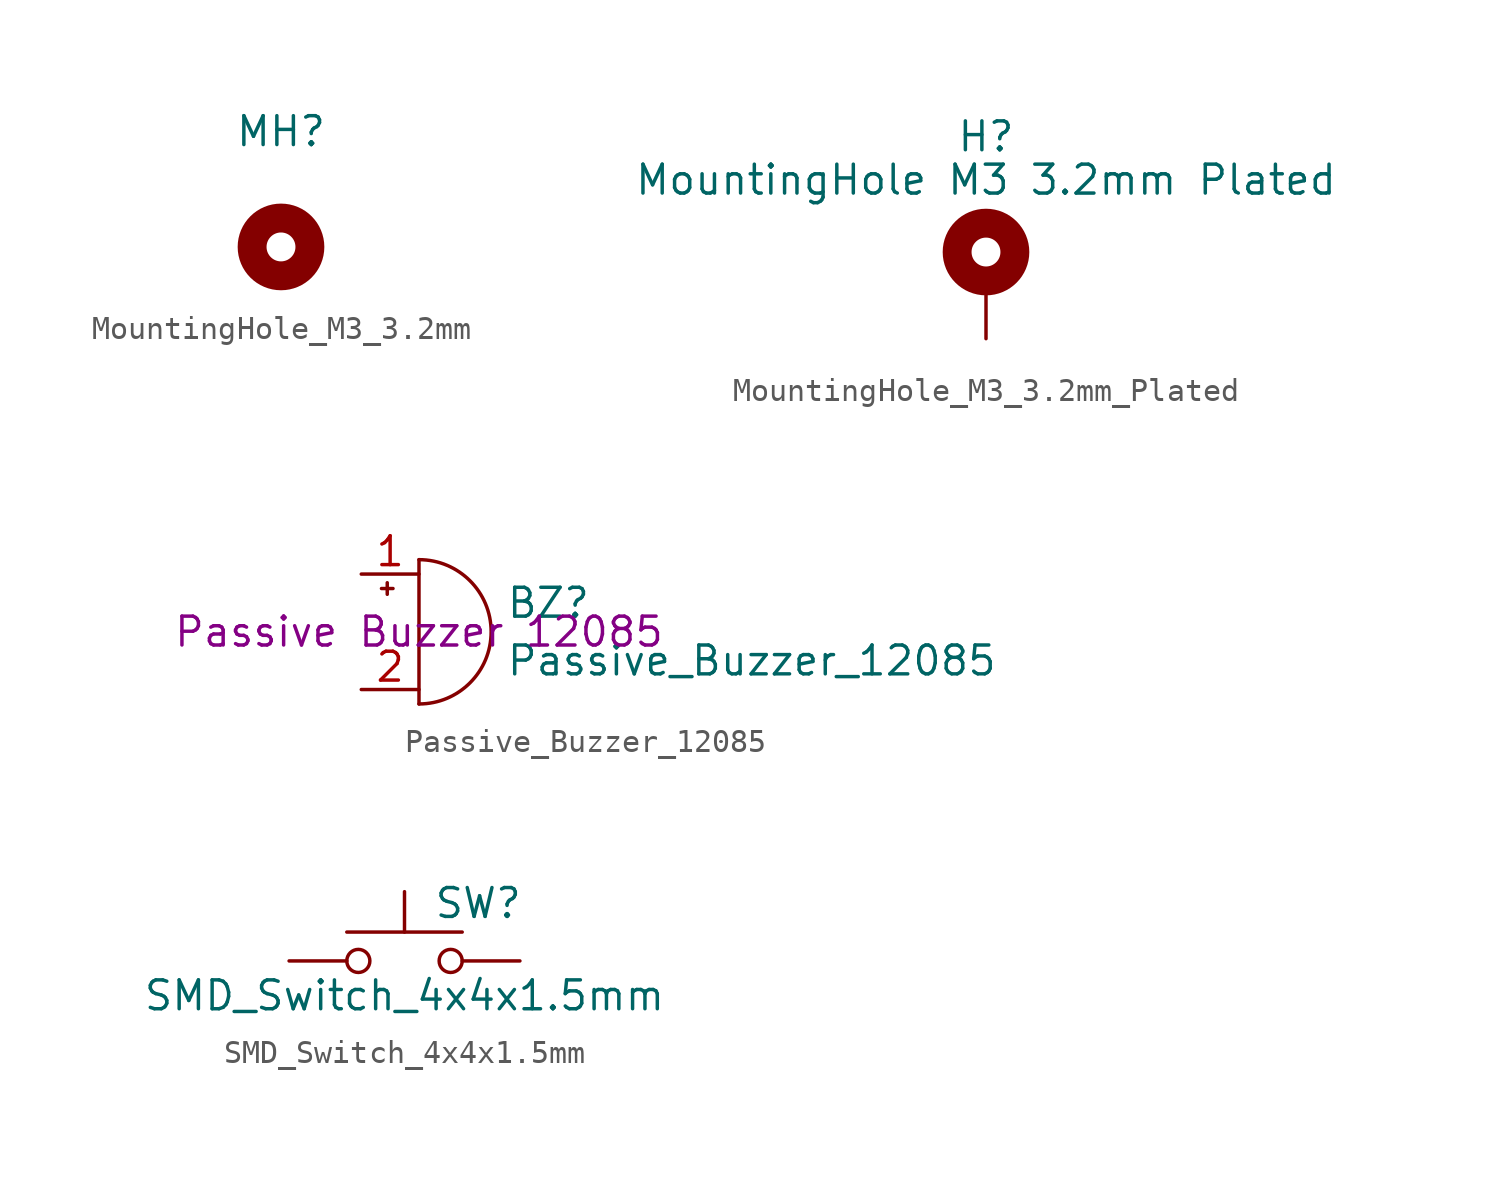
<source format=kicad_sym>
(kicad_symbol_lib
  (version 20231120)
  (generator "kicad_symbol_editor")
  (generator_version "8.0")
  (symbol "MountingHole_M3_3.2mm"
    (pin_names
      (offset 1.016))
    (property "Reference" "MH"
      (at 0 5.08 0)
      (effects (font (size 1.27 1.27))))
    (symbol "MountingHole_M3_3.2mm_0_1"
      (circle (center 0 0) (radius 1.27) (stroke (width 1.27) (type default)) (fill (type none)))))
  (symbol "MountingHole_M3_3.2mm_Plated"
    (pin_numbers hide)
    (pin_names
      (offset 1.016) hide)
    (property "Reference" "H"
      (at 0 6.35 0)
      (effects (font (size 1.27 1.27))))
    (property "Value" "MountingHole M3 3.2mm Plated"
      (at 0 4.445 0)
      (effects (font (size 1.27 1.27))))
    (symbol "MountingHole_M3_3.2mm_Plated_0_1"
      (circle (center 0 1.27) (radius 1.27) (stroke (width 1.27) (type default)) (fill (type none))))
    (symbol "MountingHole_M3_3.2mm_Plated_1_1"
      (pin input line (at 0 -2.54 90) (length 2.54) (name "1" (effects (font (size 1.27 1.27)))) (number "1" (effects (font (size 1.27 1.27)))))))
  (symbol "Passive_Buzzer_12085"
    (pin_names
      (offset 0.025) hide)
    (property "Reference" "BZ"
      (at 3.81 1.27 0)
      (effects (font (size 1.27 1.27)) (justify left)))
    (property "Value" "Passive_Buzzer_12085"
      (at 3.81 -1.27 0)
      (effects (font (size 1.27 1.27)) (justify left)))
    (property "Name" "Passive Buzzer 12085"
      (at 0 0 0)
      (effects (font (size 1.27 1.27))))
    (property "Storage" ""
      (at 0 0 0)
      (effects (font (size 1.27 1.27))))
    (property "Manufacturer" ""
      (at 0 0 0)
      (effects (font (size 1.27 1.27))))
    (property "MPN" ""
      (at 0 0 0)
      (effects (font (size 1.27 1.27))))
    (symbol "Passive_Buzzer_12085_0_1"
      (arc (start 0 -3.175) (mid 3.1612 0) (end 0 3.175) (stroke (width 0) (type default)) (fill (type none)))
      (polyline (pts (xy -1.651 1.905) (xy -1.143 1.905)) (stroke (width 0) (type default)) (fill (type none)))
      (polyline (pts (xy -1.397 2.159) (xy -1.397 1.651)) (stroke (width 0) (type default)) (fill (type none)))
      (polyline (pts (xy 0 3.175) (xy 0 -3.175)) (stroke (width 0) (type default)) (fill (type none))))
    (symbol "Passive_Buzzer_12085_1_1"
      (pin passive line (at -2.54 2.54 0) (length 2.54) (name "+" (effects (font (size 1.27 1.27)))) (number "1" (effects (font (size 1.27 1.27)))))
      (pin passive line (at -2.54 -2.54 0) (length 2.54) (name "-" (effects (font (size 1.27 1.27)))) (number "2" (effects (font (size 1.27 1.27)))))))
  (symbol "SMD_Switch_4x4x1.5mm"
    (pin_numbers hide)
    (pin_names
      (offset 1.016) hide)
    (property "Reference" "SW"
      (at 1.27 2.54 0)
      (effects (font (size 1.27 1.27)) (justify left)))
    (property "Value" "SMD_Switch_4x4x1.5mm"
      (at 0 -1.524 0)
      (effects (font (size 1.27 1.27))))
    (symbol "SMD_Switch_4x4x1.5mm_0_1"
      (circle (center -2.032 0) (radius 0.508) (stroke (width 0) (type default)) (fill (type none)))
      (polyline (pts (xy 0 1.27) (xy 0 3.048)) (stroke (width 0) (type default)) (fill (type none)))
      (polyline (pts (xy 2.54 1.27) (xy -2.54 1.27)) (stroke (width 0) (type default)) (fill (type none)))
      (circle (center 2.032 0) (radius 0.508) (stroke (width 0) (type default)) (fill (type none)))
      (pin passive line (at -5.08 0 0) (length 2.54) (name "1" (effects (font (size 1.27 1.27)))) (number "1" (effects (font (size 1.27 1.27)))))
      (pin passive line (at 5.08 0 180) (length 2.54) (name "2" (effects (font (size 1.27 1.27)))) (number "2" (effects (font (size 1.27 1.27))))))))
</source>
